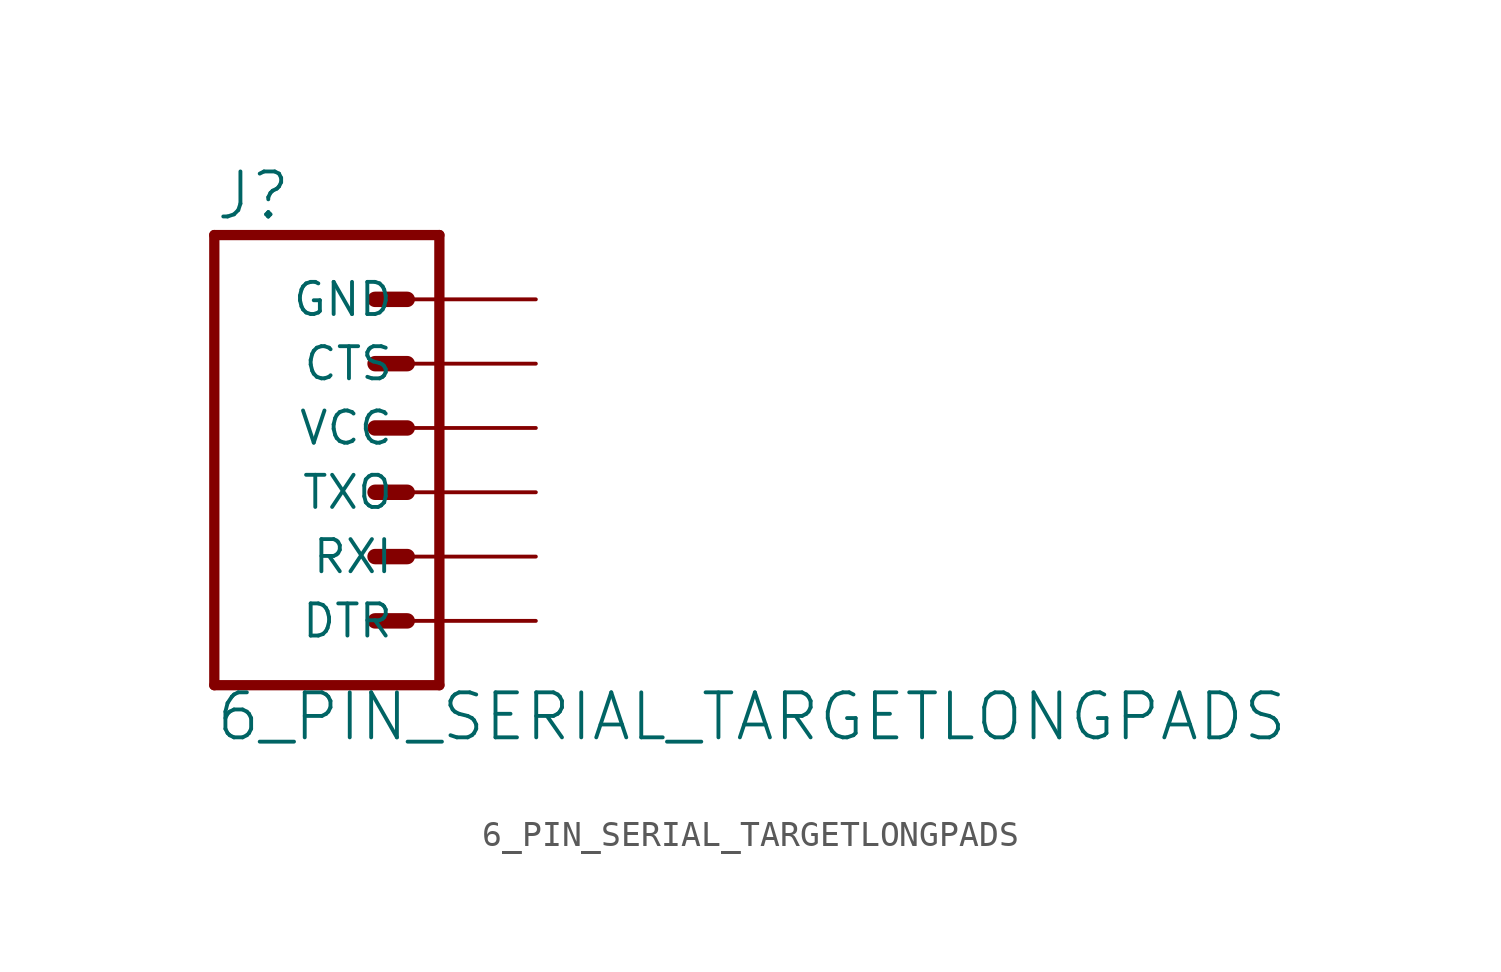
<source format=kicad_sym>
(kicad_symbol_lib
  (version 20211014)
  (generator kicad_symbol_editor)
  (symbol "6_PIN_SERIAL_TARGETLONGPADS"
    (property "Reference" "J"
      (at -7.62 10.668 0)
      (effects (font (size 1.778 1.778)) (justify left bottom)))
    (property "Value" "6_PIN_SERIAL_TARGETLONGPADS"
      (at -7.62 -9.906 0)
      (effects (font (size 1.778 1.778)) (justify left bottom)))
    (property "ki_locked" ""
      (at 0 0 0)
      (effects (font (size 1.27 1.27))))
    (symbol "6_PIN_SERIAL_TARGETLONGPADS_1_0"
      (polyline (pts (xy -7.62 10.16) (xy -7.62 -7.62)) (stroke (width 0.406) (type default) (color 0 0 0 0)) (fill (type none)))
      (polyline (pts (xy -7.62 10.16) (xy 1.27 10.16)) (stroke (width 0.406) (type default) (color 0 0 0 0)) (fill (type none)))
      (polyline (pts (xy -1.27 -5.08) (xy 0 -5.08)) (stroke (width 0.61) (type default) (color 0 0 0 0)) (fill (type none)))
      (polyline (pts (xy -1.27 -2.54) (xy 0 -2.54)) (stroke (width 0.61) (type default) (color 0 0 0 0)) (fill (type none)))
      (polyline (pts (xy -1.27 0) (xy 0 0)) (stroke (width 0.61) (type default) (color 0 0 0 0)) (fill (type none)))
      (polyline (pts (xy -1.27 2.54) (xy 0 2.54)) (stroke (width 0.61) (type default) (color 0 0 0 0)) (fill (type none)))
      (polyline (pts (xy -1.27 5.08) (xy 0 5.08)) (stroke (width 0.61) (type default) (color 0 0 0 0)) (fill (type none)))
      (polyline (pts (xy -1.27 7.62) (xy 0 7.62)) (stroke (width 0.61) (type default) (color 0 0 0 0)) (fill (type none)))
      (polyline (pts (xy 1.27 -7.62) (xy -7.62 -7.62)) (stroke (width 0.406) (type default) (color 0 0 0 0)) (fill (type none)))
      (polyline (pts (xy 1.27 -7.62) (xy 1.27 10.16)) (stroke (width 0.406) (type default) (color 0 0 0 0)) (fill (type none)))
      (pin passive line (at 5.08 -5.08 180) (length 5.08) (name "DTR" (effects (font (size 1.27 1.27)))) (number "1" (effects (font (size 0 0)))))
      (pin passive line (at 5.08 -2.54 180) (length 5.08) (name "RXI" (effects (font (size 1.27 1.27)))) (number "2" (effects (font (size 0 0)))))
      (pin passive line (at 5.08 0 180) (length 5.08) (name "TXO" (effects (font (size 1.27 1.27)))) (number "3" (effects (font (size 0 0)))))
      (pin passive line (at 5.08 2.54 180) (length 5.08) (name "VCC" (effects (font (size 1.27 1.27)))) (number "4" (effects (font (size 0 0)))))
      (pin passive line (at 5.08 5.08 180) (length 5.08) (name "CTS" (effects (font (size 1.27 1.27)))) (number "5" (effects (font (size 0 0)))))
      (pin passive line (at 5.08 7.62 180) (length 5.08) (name "GND" (effects (font (size 1.27 1.27)))) (number "6" (effects (font (size 0 0))))))))
</source>
